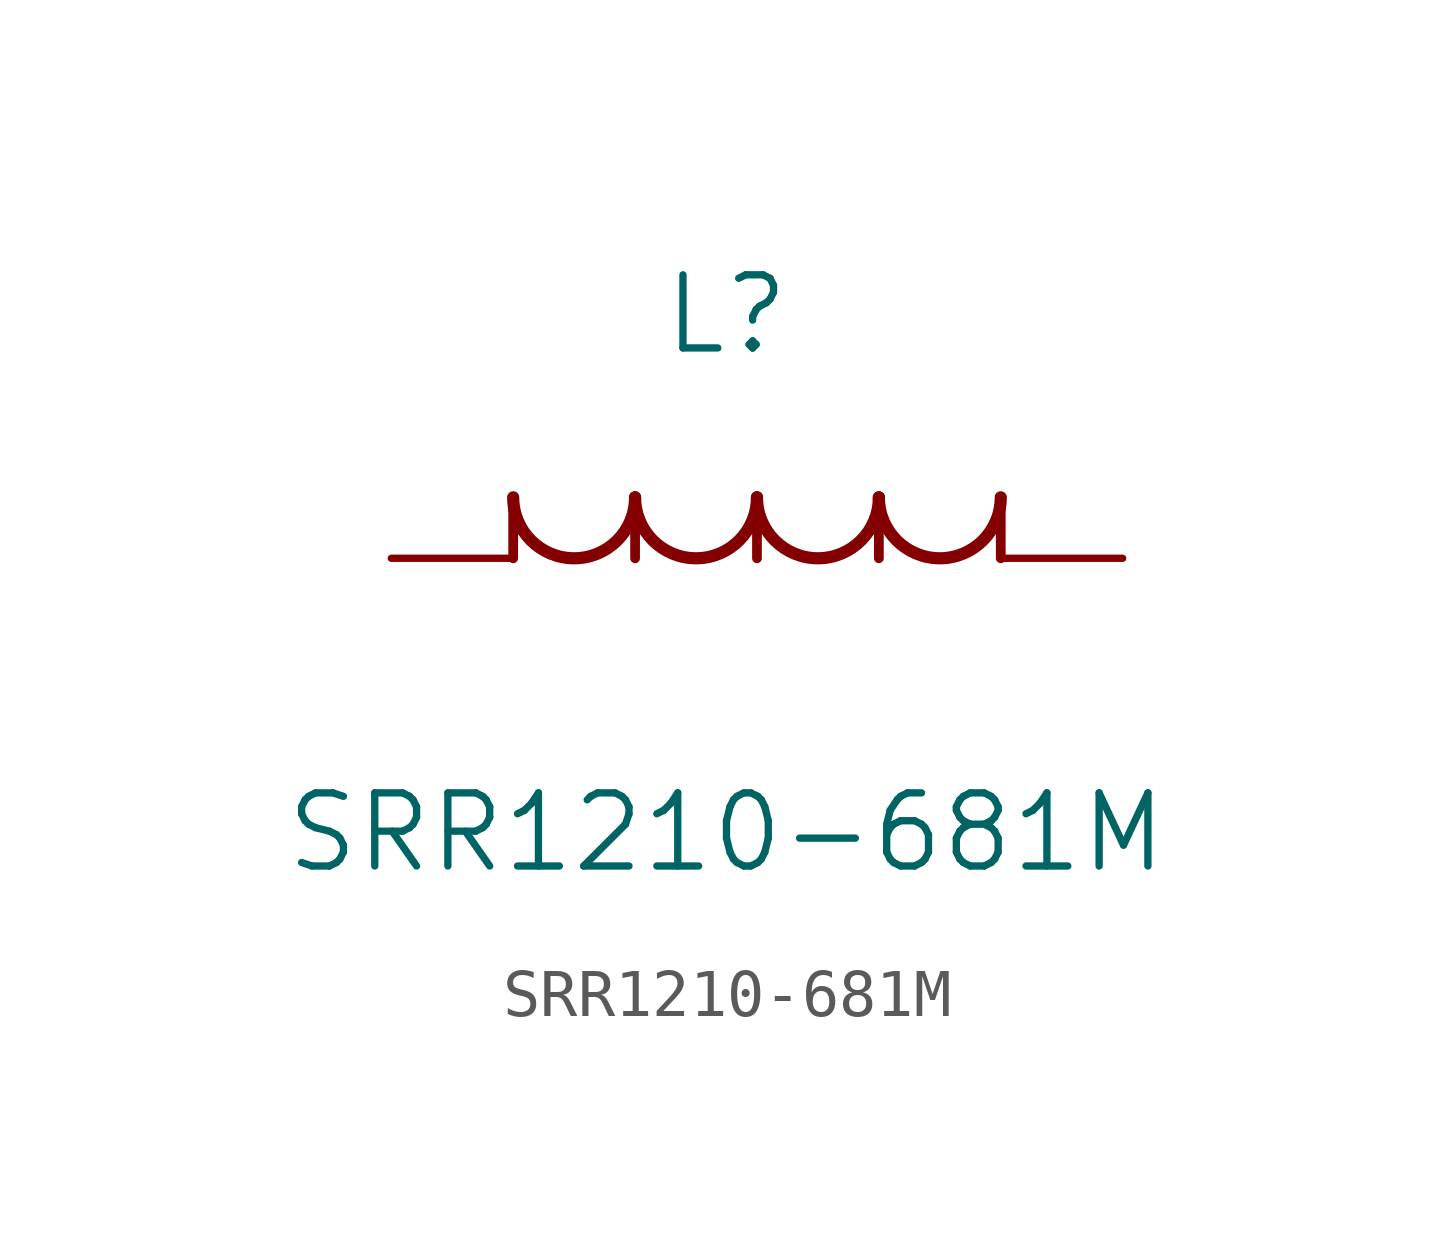
<source format=kicad_sym>
(kicad_symbol_lib
  (version 20211014)
  (generator kicad_symbol_editor)
  (symbol "SRR1210-681M"
    (pin_numbers hide)
    (pin_names
      (offset 1.651) hide)
    (property "Reference" "L"
      (at 6.985 5.08 0)
      (effects (font (size 1.524 1.524))))
    (property "Value" "SRR1210-681M"
      (at 6.985 -5.715 0)
      (effects (font (size 1.524 1.524))))
    (symbol "SRR1210-681M_1_1"
      (polyline (pts (xy 2.54 0) (xy 2.54 1.27)) (stroke (width 0.203) (type default) (color 0 0 0 0)) (fill (type none)))
      (polyline (pts (xy 5.08 0) (xy 5.08 1.27)) (stroke (width 0.203) (type default) (color 0 0 0 0)) (fill (type none)))
      (polyline (pts (xy 7.62 0) (xy 7.62 1.27)) (stroke (width 0.203) (type default) (color 0 0 0 0)) (fill (type none)))
      (polyline (pts (xy 10.16 0) (xy 10.16 1.27)) (stroke (width 0.203) (type default) (color 0 0 0 0)) (fill (type none)))
      (polyline (pts (xy 12.7 0) (xy 12.7 1.27)) (stroke (width 0.203) (type default) (color 0 0 0 0)) (fill (type none)))
      (arc (start 2.54 1.27) (mid 3.81 0) (end 5.08 1.27) (stroke (width 0.254) (type default) (color 0 0 0 0)) (fill (type none)))
      (arc (start 5.08 1.27) (mid 6.35 0) (end 7.62 1.27) (stroke (width 0.254) (type default) (color 0 0 0 0)) (fill (type none)))
      (arc (start 7.62 1.27) (mid 8.89 0) (end 10.16 1.27) (stroke (width 0.254) (type default) (color 0 0 0 0)) (fill (type none)))
      (arc (start 10.16 1.27) (mid 11.43 0) (end 12.7 1.27) (stroke (width 0.254) (type default) (color 0 0 0 0)) (fill (type none)))
      (pin unspecified line (at 15.24 0 180) (length 2.54) (name "1" (effects (font (size 1.499 1.499)))) (number "1" (effects (font (size 1.499 1.499)))))
      (pin unspecified line (at 0 0 0) (length 2.54) (name "2" (effects (font (size 1.499 1.499)))) (number "2" (effects (font (size 1.499 1.499))))))))
</source>
